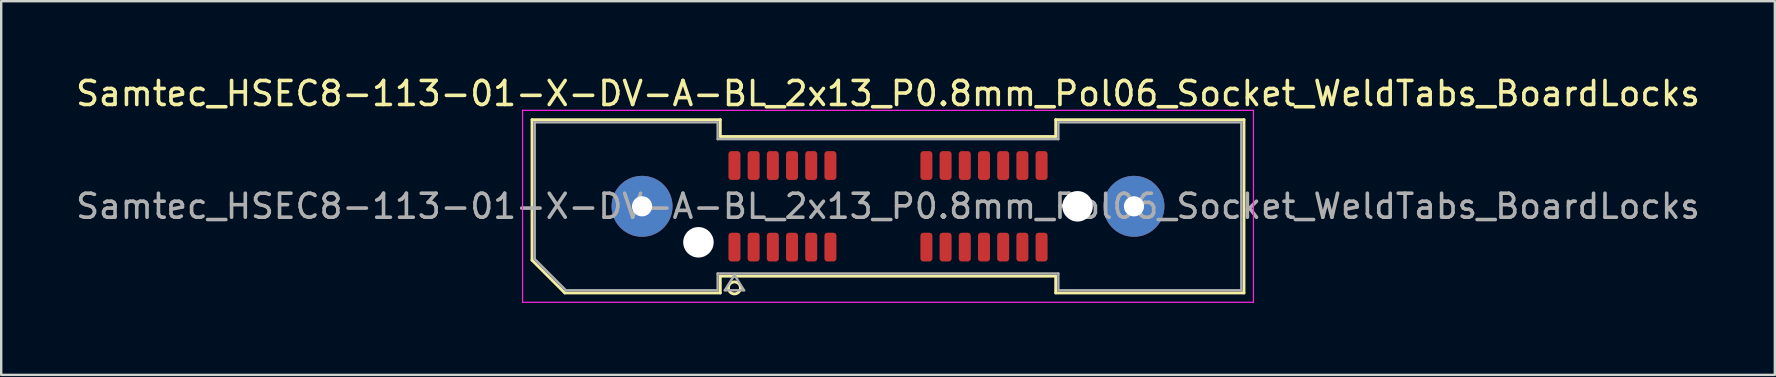
<source format=kicad_pcb>
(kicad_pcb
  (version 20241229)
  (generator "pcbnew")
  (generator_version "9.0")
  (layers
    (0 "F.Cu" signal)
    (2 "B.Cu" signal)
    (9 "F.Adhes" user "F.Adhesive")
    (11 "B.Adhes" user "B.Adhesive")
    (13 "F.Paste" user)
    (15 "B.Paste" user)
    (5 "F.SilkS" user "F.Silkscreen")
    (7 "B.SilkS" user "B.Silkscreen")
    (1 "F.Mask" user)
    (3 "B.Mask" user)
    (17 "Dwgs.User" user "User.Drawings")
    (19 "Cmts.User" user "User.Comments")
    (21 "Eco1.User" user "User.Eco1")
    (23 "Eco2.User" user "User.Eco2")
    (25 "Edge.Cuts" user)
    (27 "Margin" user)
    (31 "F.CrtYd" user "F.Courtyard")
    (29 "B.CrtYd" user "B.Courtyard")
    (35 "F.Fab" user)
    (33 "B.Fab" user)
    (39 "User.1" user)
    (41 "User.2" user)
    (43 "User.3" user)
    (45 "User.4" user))
  (footprint "Samtec_HSEC8-113-01-X-DV-A-BL_2x13_P0.8mm_Pol06_Socket_WeldTabs_BoardLocks"
    (layer "F.Cu")
    (at 33.958 5.548)
    (property "Reference" "Samtec_HSEC8-113-01-X-DV-A-BL_2x13_P0.8mm_Pol06_Socket_WeldTabs_BoardLocks" (at 0 -4.7 0) (layer "F.SilkS") (effects (font (size 1 1) (thickness 0.15))))
    (attr smd)
    (fp_line (start -14.835 -3.61) (end -6.99 -3.61) (stroke (width 0.12) (type solid)) (layer "F.SilkS"))
    (fp_line (start -14.835 2.246) (end -14.835 -3.61) (stroke (width 0.12) (type solid)) (layer "F.SilkS"))
    (fp_line (start -13.471 3.61) (end -14.835 2.246) (stroke (width 0.12) (type solid)) (layer "F.SilkS"))
    (fp_line (start -6.99 -3.61) (end -6.99 -2.91) (stroke (width 0.12) (type solid)) (layer "F.SilkS"))
    (fp_line (start -6.99 -2.91) (end 6.99 -2.91) (stroke (width 0.12) (type solid)) (layer "F.SilkS"))
    (fp_line (start -6.99 2.91) (end -6.99 3.61) (stroke (width 0.12) (type solid)) (layer "F.SilkS"))
    (fp_line (start -6.99 3.61) (end -13.471 3.61) (stroke (width 0.12) (type solid)) (layer "F.SilkS"))
    (fp_line (start 6.99 -3.61) (end 14.835 -3.61) (stroke (width 0.12) (type solid)) (layer "F.SilkS"))
    (fp_line (start 6.99 -2.91) (end 6.99 -3.61) (stroke (width 0.12) (type solid)) (layer "F.SilkS"))
    (fp_line (start 6.99 2.91) (end -6.99 2.91) (stroke (width 0.12) (type solid)) (layer "F.SilkS"))
    (fp_line (start 6.99 3.61) (end 6.99 2.91) (stroke (width 0.12) (type solid)) (layer "F.SilkS"))
    (fp_line (start 14.835 -3.61) (end 14.835 3.61) (stroke (width 0.12) (type solid)) (layer "F.SilkS"))
    (fp_line (start 14.835 3.61) (end 6.99 3.61) (stroke (width 0.12) (type solid)) (layer "F.SilkS"))
    (fp_circle (center -6.4 3.4) (end -6.15 3.4) (stroke (width 0.12) (type solid)) (fill no) (layer "F.SilkS"))
    (fp_line (start -15.23 -4) (end -15.23 4) (stroke (width 0.05) (type solid)) (layer "F.CrtYd"))
    (fp_line (start -15.23 4) (end 15.23 4) (stroke (width 0.05) (type solid)) (layer "F.CrtYd"))
    (fp_line (start 15.23 -4) (end -15.23 -4) (stroke (width 0.05) (type solid)) (layer "F.CrtYd"))
    (fp_line (start 15.23 4) (end 15.23 -4) (stroke (width 0.05) (type solid)) (layer "F.CrtYd"))
    (fp_line (start -14.725 -3.5) (end -7.1 -3.5) (stroke (width 0.1) (type solid)) (layer "F.Fab"))
    (fp_line (start -14.725 2.2) (end -14.725 -3.5) (stroke (width 0.1) (type solid)) (layer "F.Fab"))
    (fp_line (start -13.425 3.5) (end -14.725 2.2) (stroke (width 0.1) (type solid)) (layer "F.Fab"))
    (fp_line (start -7.1 -3.5) (end -7.1 -2.8) (stroke (width 0.1) (type solid)) (layer "F.Fab"))
    (fp_line (start -7.1 -2.8) (end 7.1 -2.8) (stroke (width 0.1) (type solid)) (layer "F.Fab"))
    (fp_line (start -7.1 2.8) (end -7.1 3.5) (stroke (width 0.1) (type solid)) (layer "F.Fab"))
    (fp_line (start -7.1 3.5) (end -13.425 3.5) (stroke (width 0.1) (type solid)) (layer "F.Fab"))
    (fp_line (start -6.8 3.5) (end -6.4 2.86) (stroke (width 0.1) (type solid)) (layer "F.Fab"))
    (fp_line (start -6.4 2.86) (end -6 3.5) (stroke (width 0.1) (type solid)) (layer "F.Fab"))
    (fp_line (start -6 3.5) (end -6.8 3.5) (stroke (width 0.1) (type solid)) (layer "F.Fab"))
    (fp_line (start 7.1 -3.5) (end 14.725 -3.5) (stroke (width 0.1) (type solid)) (layer "F.Fab"))
    (fp_line (start 7.1 -2.8) (end 7.1 -3.5) (stroke (width 0.1) (type solid)) (layer "F.Fab"))
    (fp_line (start 7.1 2.8) (end -7.1 2.8) (stroke (width 0.1) (type solid)) (layer "F.Fab"))
    (fp_line (start 7.1 3.5) (end 7.1 2.8) (stroke (width 0.1) (type solid)) (layer "F.Fab"))
    (fp_line (start 14.725 -3.5) (end 14.725 3.5) (stroke (width 0.1) (type solid)) (layer "F.Fab"))
    (fp_line (start 14.725 3.5) (end 7.1 3.5) (stroke (width 0.1) (type solid)) (layer "F.Fab"))
    (fp_text user "${REFERENCE}" (at 0 0 0) (layer "F.Fab") (effects (font (size 1 1) (thickness 0.15))))
    (pad "" thru_hole circle (at -10.25 0) (size 2.54 2.54) (drill 0.84) (layers "*.Cu" "*.Mask" "F.Paste"))
    (pad "" np_thru_hole circle (at -7.9 1.5) (size 1.27 1.27) (drill 1.27) (layers "*.Cu" "*.Mask"))
    (pad "" np_thru_hole circle (at 7.9 0) (size 1.27 1.27) (drill 1.27) (layers "*.Cu" "*.Mask"))
    (pad "" thru_hole circle (at 10.25 0) (size 2.54 2.54) (drill 0.84) (layers "*.Cu" "*.Mask" "F.Paste"))
    (pad "1" smd roundrect (at -6.4 1.7) (size 0.5 1.2) (layers "F.Cu" "F.Mask" "F.Paste") (roundrect_rratio 0.25))
    (pad "2" smd roundrect (at -6.4 -1.7) (size 0.5 1.2) (layers "F.Cu" "F.Mask" "F.Paste") (roundrect_rratio 0.25))
    (pad "3" smd roundrect (at -5.6 1.7) (size 0.5 1.2) (layers "F.Cu" "F.Mask" "F.Paste") (roundrect_rratio 0.25))
    (pad "4" smd roundrect (at -5.6 -1.7) (size 0.5 1.2) (layers "F.Cu" "F.Mask" "F.Paste") (roundrect_rratio 0.25))
    (pad "5" smd roundrect (at -4.8 1.7) (size 0.5 1.2) (layers "F.Cu" "F.Mask" "F.Paste") (roundrect_rratio 0.25))
    (pad "6" smd roundrect (at -4.8 -1.7) (size 0.5 1.2) (layers "F.Cu" "F.Mask" "F.Paste") (roundrect_rratio 0.25))
    (pad "7" smd roundrect (at -4 1.7) (size 0.5 1.2) (layers "F.Cu" "F.Mask" "F.Paste") (roundrect_rratio 0.25))
    (pad "8" smd roundrect (at -4 -1.7) (size 0.5 1.2) (layers "F.Cu" "F.Mask" "F.Paste") (roundrect_rratio 0.25))
    (pad "9" smd roundrect (at -3.2 1.7) (size 0.5 1.2) (layers "F.Cu" "F.Mask" "F.Paste") (roundrect_rratio 0.25))
    (pad "10" smd roundrect (at -3.2 -1.7) (size 0.5 1.2) (layers "F.Cu" "F.Mask" "F.Paste") (roundrect_rratio 0.25))
    (pad "11" smd roundrect (at -2.4 1.7) (size 0.5 1.2) (layers "F.Cu" "F.Mask" "F.Paste") (roundrect_rratio 0.25))
    (pad "12" smd roundrect (at -2.4 -1.7) (size 0.5 1.2) (layers "F.Cu" "F.Mask" "F.Paste") (roundrect_rratio 0.25))
    (pad "13" smd roundrect (at 1.6 1.7) (size 0.5 1.2) (layers "F.Cu" "F.Mask" "F.Paste") (roundrect_rratio 0.25))
    (pad "14" smd roundrect (at 1.6 -1.7) (size 0.5 1.2) (layers "F.Cu" "F.Mask" "F.Paste") (roundrect_rratio 0.25))
    (pad "15" smd roundrect (at 2.4 1.7) (size 0.5 1.2) (layers "F.Cu" "F.Mask" "F.Paste") (roundrect_rratio 0.25))
    (pad "16" smd roundrect (at 2.4 -1.7) (size 0.5 1.2) (layers "F.Cu" "F.Mask" "F.Paste") (roundrect_rratio 0.25))
    (pad "17" smd roundrect (at 3.2 1.7) (size 0.5 1.2) (layers "F.Cu" "F.Mask" "F.Paste") (roundrect_rratio 0.25))
    (pad "18" smd roundrect (at 3.2 -1.7) (size 0.5 1.2) (layers "F.Cu" "F.Mask" "F.Paste") (roundrect_rratio 0.25))
    (pad "19" smd roundrect (at 4 1.7) (size 0.5 1.2) (layers "F.Cu" "F.Mask" "F.Paste") (roundrect_rratio 0.25))
    (pad "20" smd roundrect (at 4 -1.7) (size 0.5 1.2) (layers "F.Cu" "F.Mask" "F.Paste") (roundrect_rratio 0.25))
    (pad "21" smd roundrect (at 4.8 1.7) (size 0.5 1.2) (layers "F.Cu" "F.Mask" "F.Paste") (roundrect_rratio 0.25))
    (pad "22" smd roundrect (at 4.8 -1.7) (size 0.5 1.2) (layers "F.Cu" "F.Mask" "F.Paste") (roundrect_rratio 0.25))
    (pad "23" smd roundrect (at 5.6 1.7) (size 0.5 1.2) (layers "F.Cu" "F.Mask" "F.Paste") (roundrect_rratio 0.25))
    (pad "24" smd roundrect (at 5.6 -1.7) (size 0.5 1.2) (layers "F.Cu" "F.Mask" "F.Paste") (roundrect_rratio 0.25))
    (pad "25" smd roundrect (at 6.4 1.7) (size 0.5 1.2) (layers "F.Cu" "F.Mask" "F.Paste") (roundrect_rratio 0.25))
    (pad "26" smd roundrect (at 6.4 -1.7) (size 0.5 1.2) (layers "F.Cu" "F.Mask" "F.Paste") (roundrect_rratio 0.25)))
  (gr_rect
    (start -3 -3)
    (end 70.917 12.573)
    (stroke (width 0.1) (type default))
    (fill no)
    (layer "Edge.Cuts")))
</source>
